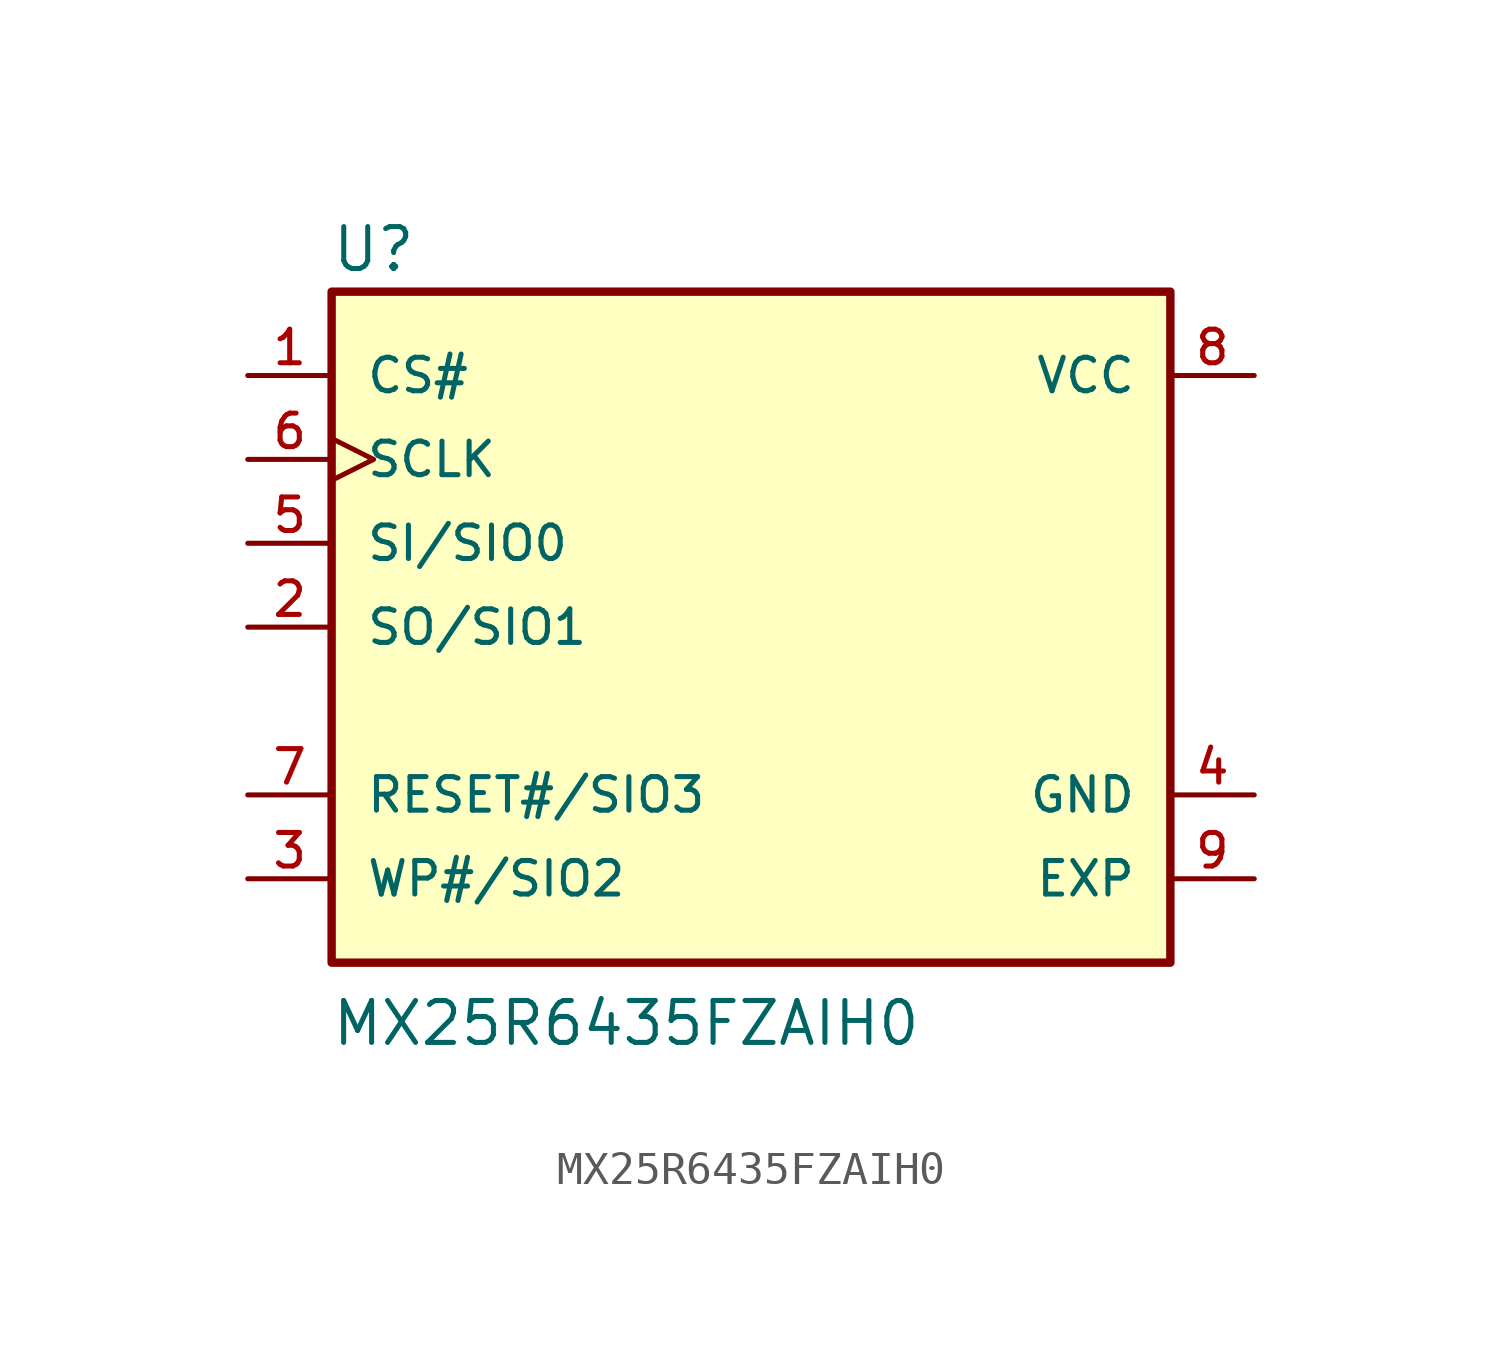
<source format=kicad_sym>
(kicad_symbol_lib
  (version 20211014)
  (generator kicad_symbol_editor)
  (symbol "MX25R6435FZAIH0"
    (pin_names
      (offset 1.016))
    (property "Reference" "U"
      (at -12.735 10.697 0)
      (effects (font (size 1.27 1.27)) (justify bottom left)))
    (property "Value" "MX25R6435FZAIH0"
      (at -12.739 -12.739 0)
      (effects (font (size 1.27 1.27)) (justify bottom left)))
    (symbol "MX25R6435FZAIH0_0_0"
      (rectangle (start -12.7 -10.16) (end 12.7 10.16) (stroke (width 0.254)) (fill (type background)))
      (pin power_in line (at 15.24 7.62 180.0) (length 2.54) (name "VCC" (effects (font (size 1.016 1.016)))) (number "8" (effects (font (size 1.016 1.016)))))
      (pin input line (at -15.24 7.62 0) (length 2.54) (name "CS#" (effects (font (size 1.016 1.016)))) (number "1" (effects (font (size 1.016 1.016)))))
      (pin bidirectional line (at -15.24 0.0 0) (length 2.54) (name "SO/SIO1" (effects (font (size 1.016 1.016)))) (number "2" (effects (font (size 1.016 1.016)))))
      (pin bidirectional line (at -15.24 -7.62 0) (length 2.54) (name "WP#/SIO2" (effects (font (size 1.016 1.016)))) (number "3" (effects (font (size 1.016 1.016)))))
      (pin bidirectional line (at -15.24 2.54 0) (length 2.54) (name "SI/SIO0" (effects (font (size 1.016 1.016)))) (number "5" (effects (font (size 1.016 1.016)))))
      (pin input clock (at -15.24 5.08 0) (length 2.54) (name "SCLK" (effects (font (size 1.016 1.016)))) (number "6" (effects (font (size 1.016 1.016)))))
      (pin bidirectional line (at -15.24 -5.08 0) (length 2.54) (name "RESET#/SIO3" (effects (font (size 1.016 1.016)))) (number "7" (effects (font (size 1.016 1.016)))))
      (pin power_in line (at 15.24 -5.08 180.0) (length 2.54) (name "GND" (effects (font (size 1.016 1.016)))) (number "4" (effects (font (size 1.016 1.016)))))
      (pin power_in line (at 15.24 -7.62 180.0) (length 2.54) (name "EXP" (effects (font (size 1.016 1.016)))) (number "9" (effects (font (size 1.016 1.016))))))))
</source>
